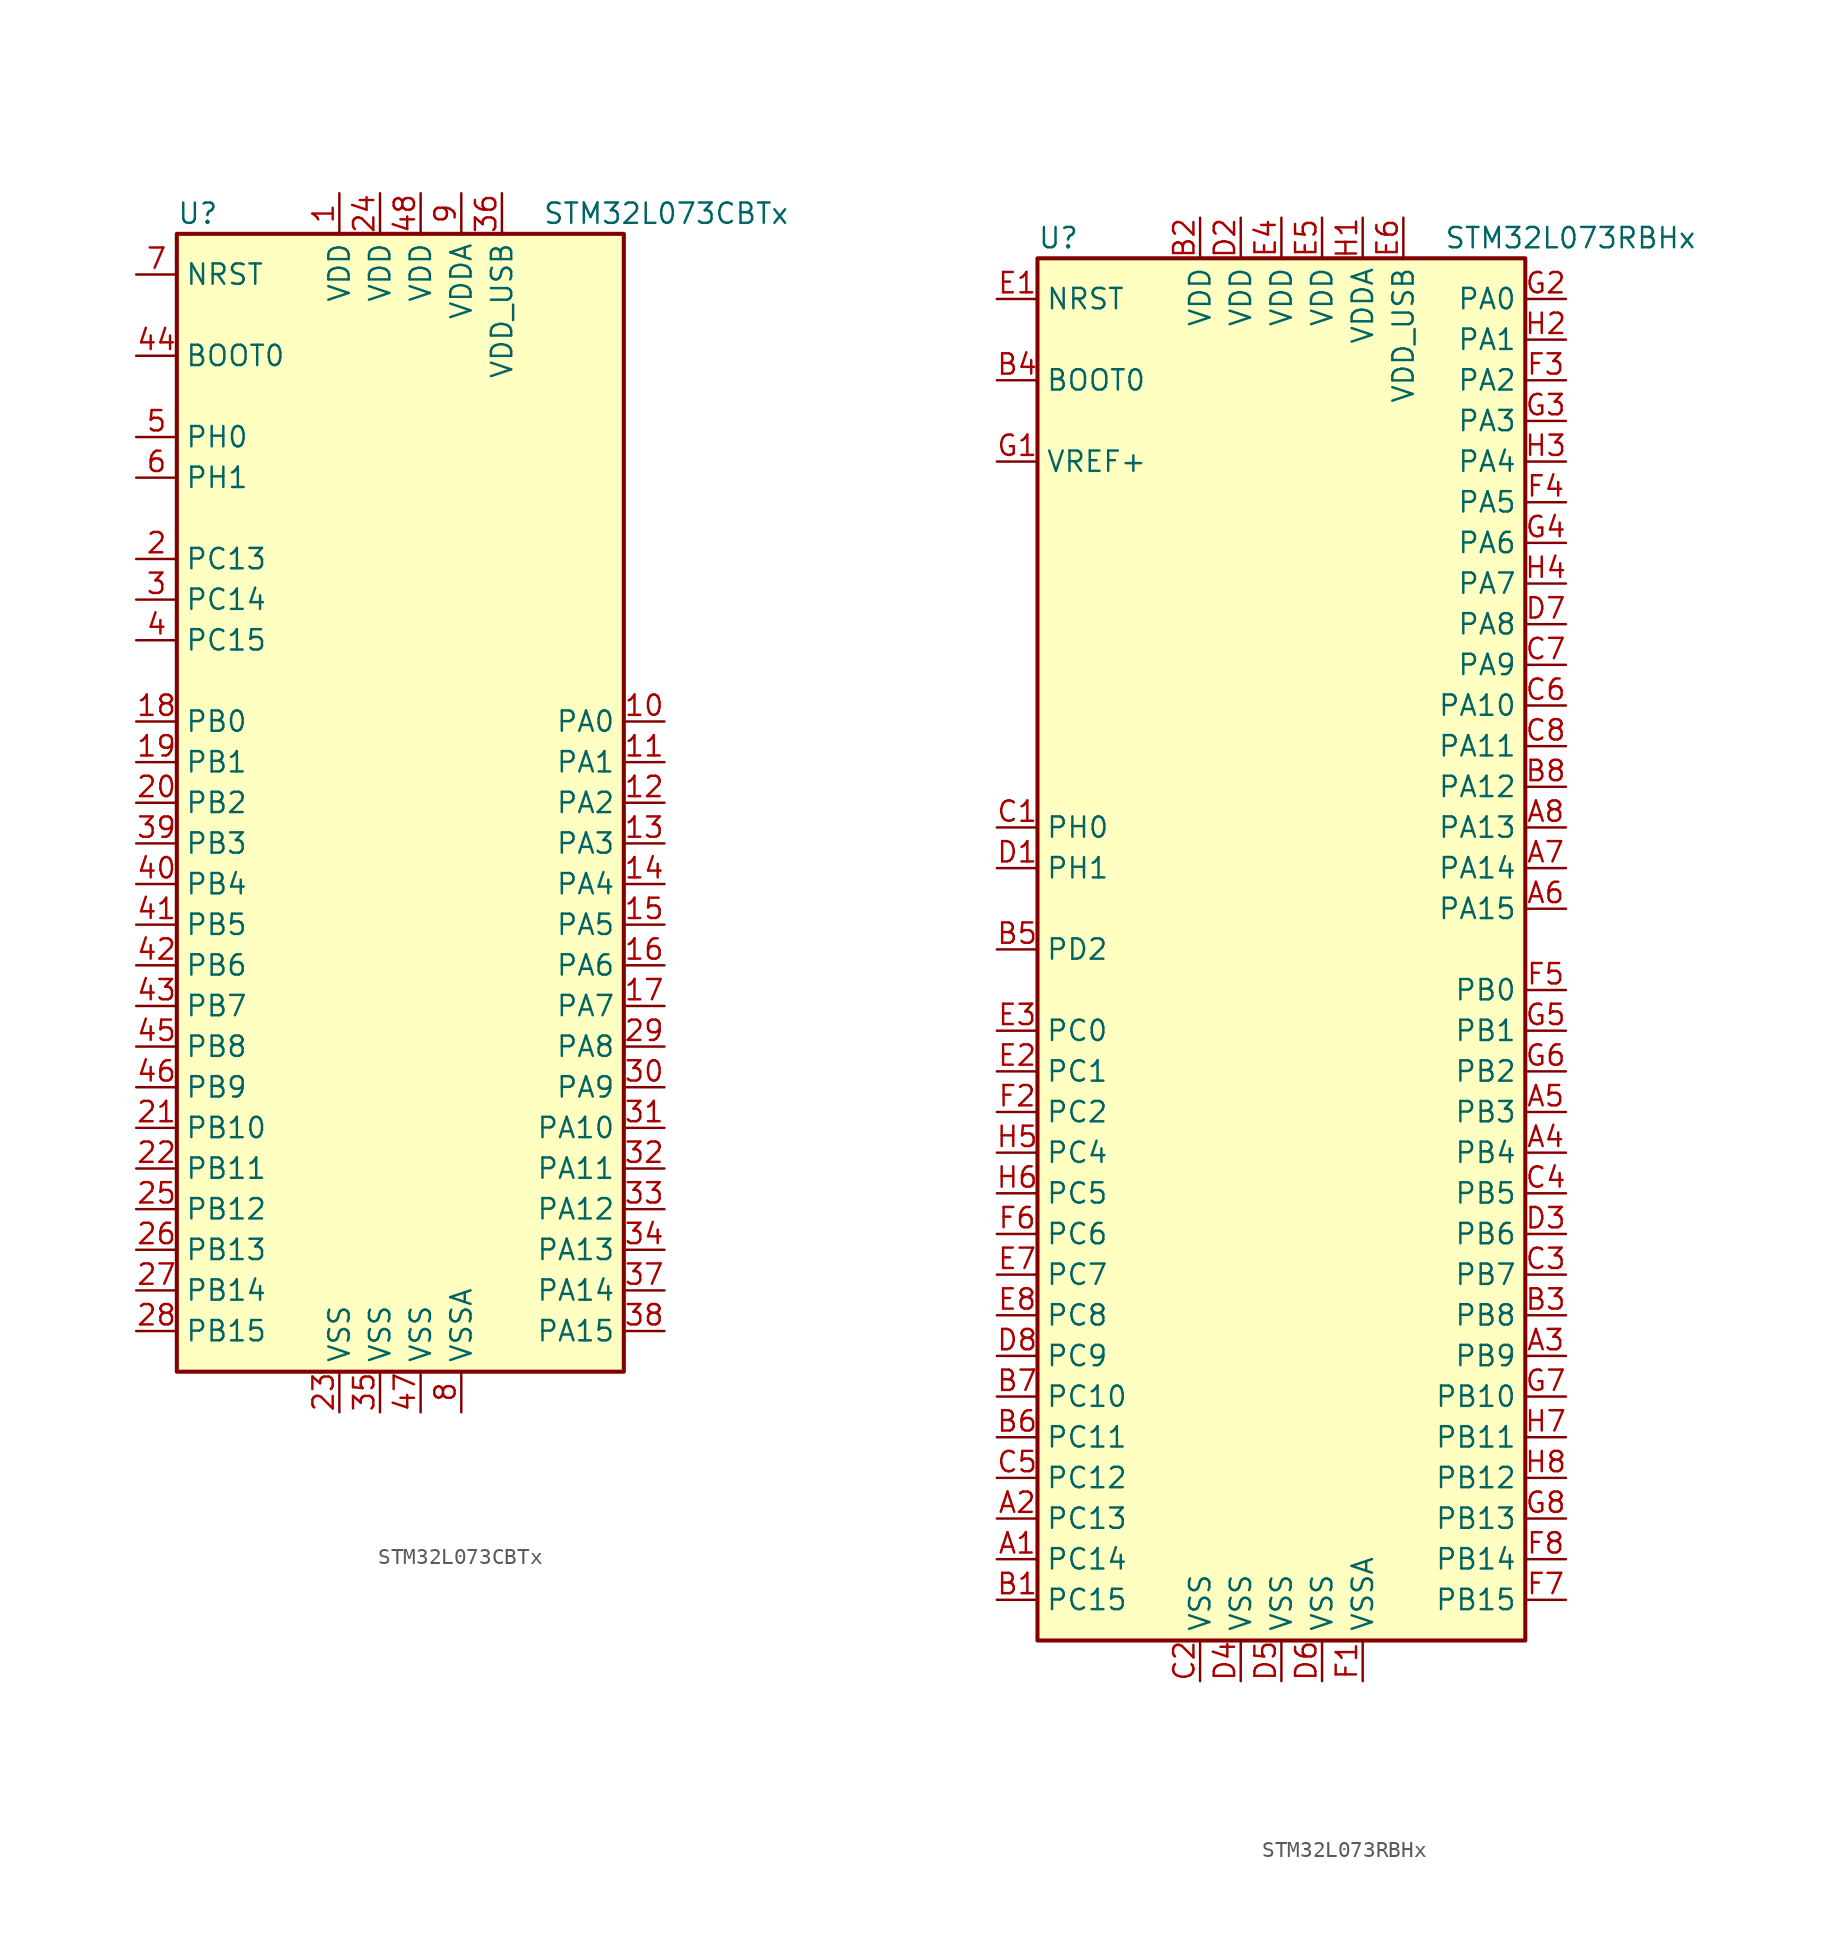
<source format=kicad_sym>
(kicad_symbol_lib
  (version 20201005)
  (generator kicad_symbol_editor)
  (symbol "STM32L073CBTx"
    (property "Reference" "U"
      (at -15.24 36.83 0)
      (effects (font (size 1.27 1.27)) (justify left)))
    (property "Value" "STM32L073CBTx"
      (at 7.62 36.83 0)
      (effects (font (size 1.27 1.27)) (justify left)))
    (symbol "STM32L073CBTx_0_1"
      (rectangle (start -15.24 -35.56) (end 12.7 35.56) (stroke (width 0.254)) (fill (type background))))
    (symbol "STM32L073CBTx_1_1"
      (pin power_in line (at -5.08 38.1 270) (length 2.54) (name "VDD" (effects (font (size 1.27 1.27)))) (number "1" (effects (font (size 1.27 1.27)))))
      (pin bidirectional line (at 15.24 5.08 180) (length 2.54) (name "PA0" (effects (font (size 1.27 1.27)))) (number "10" (effects (font (size 1.27 1.27)))))
      (pin bidirectional line (at 15.24 2.54 180) (length 2.54) (name "PA1" (effects (font (size 1.27 1.27)))) (number "11" (effects (font (size 1.27 1.27)))))
      (pin bidirectional line (at 15.24 0 180) (length 2.54) (name "PA2" (effects (font (size 1.27 1.27)))) (number "12" (effects (font (size 1.27 1.27)))))
      (pin bidirectional line (at 15.24 -2.54 180) (length 2.54) (name "PA3" (effects (font (size 1.27 1.27)))) (number "13" (effects (font (size 1.27 1.27)))))
      (pin bidirectional line (at 15.24 -5.08 180) (length 2.54) (name "PA4" (effects (font (size 1.27 1.27)))) (number "14" (effects (font (size 1.27 1.27)))))
      (pin bidirectional line (at 15.24 -7.62 180) (length 2.54) (name "PA5" (effects (font (size 1.27 1.27)))) (number "15" (effects (font (size 1.27 1.27)))))
      (pin bidirectional line (at 15.24 -10.16 180) (length 2.54) (name "PA6" (effects (font (size 1.27 1.27)))) (number "16" (effects (font (size 1.27 1.27)))))
      (pin bidirectional line (at 15.24 -12.7 180) (length 2.54) (name "PA7" (effects (font (size 1.27 1.27)))) (number "17" (effects (font (size 1.27 1.27)))))
      (pin bidirectional line (at -17.78 5.08 0) (length 2.54) (name "PB0" (effects (font (size 1.27 1.27)))) (number "18" (effects (font (size 1.27 1.27)))))
      (pin bidirectional line (at -17.78 2.54 0) (length 2.54) (name "PB1" (effects (font (size 1.27 1.27)))) (number "19" (effects (font (size 1.27 1.27)))))
      (pin bidirectional line (at -17.78 15.24 0) (length 2.54) (name "PC13" (effects (font (size 1.27 1.27)))) (number "2" (effects (font (size 1.27 1.27)))))
      (pin bidirectional line (at -17.78 0 0) (length 2.54) (name "PB2" (effects (font (size 1.27 1.27)))) (number "20" (effects (font (size 1.27 1.27)))))
      (pin bidirectional line (at -17.78 -20.32 0) (length 2.54) (name "PB10" (effects (font (size 1.27 1.27)))) (number "21" (effects (font (size 1.27 1.27)))))
      (pin bidirectional line (at -17.78 -22.86 0) (length 2.54) (name "PB11" (effects (font (size 1.27 1.27)))) (number "22" (effects (font (size 1.27 1.27)))))
      (pin power_in line (at -5.08 -38.1 90) (length 2.54) (name "VSS" (effects (font (size 1.27 1.27)))) (number "23" (effects (font (size 1.27 1.27)))))
      (pin power_in line (at -2.54 38.1 270) (length 2.54) (name "VDD" (effects (font (size 1.27 1.27)))) (number "24" (effects (font (size 1.27 1.27)))))
      (pin bidirectional line (at -17.78 -25.4 0) (length 2.54) (name "PB12" (effects (font (size 1.27 1.27)))) (number "25" (effects (font (size 1.27 1.27)))))
      (pin bidirectional line (at -17.78 -27.94 0) (length 2.54) (name "PB13" (effects (font (size 1.27 1.27)))) (number "26" (effects (font (size 1.27 1.27)))))
      (pin bidirectional line (at -17.78 -30.48 0) (length 2.54) (name "PB14" (effects (font (size 1.27 1.27)))) (number "27" (effects (font (size 1.27 1.27)))))
      (pin bidirectional line (at -17.78 -33.02 0) (length 2.54) (name "PB15" (effects (font (size 1.27 1.27)))) (number "28" (effects (font (size 1.27 1.27)))))
      (pin bidirectional line (at 15.24 -15.24 180) (length 2.54) (name "PA8" (effects (font (size 1.27 1.27)))) (number "29" (effects (font (size 1.27 1.27)))))
      (pin bidirectional line (at -17.78 12.7 0) (length 2.54) (name "PC14" (effects (font (size 1.27 1.27)))) (number "3" (effects (font (size 1.27 1.27)))))
      (pin bidirectional line (at 15.24 -17.78 180) (length 2.54) (name "PA9" (effects (font (size 1.27 1.27)))) (number "30" (effects (font (size 1.27 1.27)))))
      (pin bidirectional line (at 15.24 -20.32 180) (length 2.54) (name "PA10" (effects (font (size 1.27 1.27)))) (number "31" (effects (font (size 1.27 1.27)))))
      (pin bidirectional line (at 15.24 -22.86 180) (length 2.54) (name "PA11" (effects (font (size 1.27 1.27)))) (number "32" (effects (font (size 1.27 1.27)))))
      (pin bidirectional line (at 15.24 -25.4 180) (length 2.54) (name "PA12" (effects (font (size 1.27 1.27)))) (number "33" (effects (font (size 1.27 1.27)))))
      (pin bidirectional line (at 15.24 -27.94 180) (length 2.54) (name "PA13" (effects (font (size 1.27 1.27)))) (number "34" (effects (font (size 1.27 1.27)))))
      (pin power_in line (at -2.54 -38.1 90) (length 2.54) (name "VSS" (effects (font (size 1.27 1.27)))) (number "35" (effects (font (size 1.27 1.27)))))
      (pin power_in line (at 5.08 38.1 270) (length 2.54) (name "VDD_USB" (effects (font (size 1.27 1.27)))) (number "36" (effects (font (size 1.27 1.27)))))
      (pin bidirectional line (at 15.24 -30.48 180) (length 2.54) (name "PA14" (effects (font (size 1.27 1.27)))) (number "37" (effects (font (size 1.27 1.27)))))
      (pin bidirectional line (at 15.24 -33.02 180) (length 2.54) (name "PA15" (effects (font (size 1.27 1.27)))) (number "38" (effects (font (size 1.27 1.27)))))
      (pin bidirectional line (at -17.78 -2.54 0) (length 2.54) (name "PB3" (effects (font (size 1.27 1.27)))) (number "39" (effects (font (size 1.27 1.27)))))
      (pin bidirectional line (at -17.78 10.16 0) (length 2.54) (name "PC15" (effects (font (size 1.27 1.27)))) (number "4" (effects (font (size 1.27 1.27)))))
      (pin bidirectional line (at -17.78 -5.08 0) (length 2.54) (name "PB4" (effects (font (size 1.27 1.27)))) (number "40" (effects (font (size 1.27 1.27)))))
      (pin bidirectional line (at -17.78 -7.62 0) (length 2.54) (name "PB5" (effects (font (size 1.27 1.27)))) (number "41" (effects (font (size 1.27 1.27)))))
      (pin bidirectional line (at -17.78 -10.16 0) (length 2.54) (name "PB6" (effects (font (size 1.27 1.27)))) (number "42" (effects (font (size 1.27 1.27)))))
      (pin bidirectional line (at -17.78 -12.7 0) (length 2.54) (name "PB7" (effects (font (size 1.27 1.27)))) (number "43" (effects (font (size 1.27 1.27)))))
      (pin input line (at -17.78 27.94 0) (length 2.54) (name "BOOT0" (effects (font (size 1.27 1.27)))) (number "44" (effects (font (size 1.27 1.27)))))
      (pin bidirectional line (at -17.78 -15.24 0) (length 2.54) (name "PB8" (effects (font (size 1.27 1.27)))) (number "45" (effects (font (size 1.27 1.27)))))
      (pin bidirectional line (at -17.78 -17.78 0) (length 2.54) (name "PB9" (effects (font (size 1.27 1.27)))) (number "46" (effects (font (size 1.27 1.27)))))
      (pin power_in line (at 0 -38.1 90) (length 2.54) (name "VSS" (effects (font (size 1.27 1.27)))) (number "47" (effects (font (size 1.27 1.27)))))
      (pin power_in line (at 0 38.1 270) (length 2.54) (name "VDD" (effects (font (size 1.27 1.27)))) (number "48" (effects (font (size 1.27 1.27)))))
      (pin input line (at -17.78 22.86 0) (length 2.54) (name "PH0" (effects (font (size 1.27 1.27)))) (number "5" (effects (font (size 1.27 1.27)))))
      (pin input line (at -17.78 20.32 0) (length 2.54) (name "PH1" (effects (font (size 1.27 1.27)))) (number "6" (effects (font (size 1.27 1.27)))))
      (pin input line (at -17.78 33.02 0) (length 2.54) (name "NRST" (effects (font (size 1.27 1.27)))) (number "7" (effects (font (size 1.27 1.27)))))
      (pin power_in line (at 2.54 -38.1 90) (length 2.54) (name "VSSA" (effects (font (size 1.27 1.27)))) (number "8" (effects (font (size 1.27 1.27)))))
      (pin power_in line (at 2.54 38.1 270) (length 2.54) (name "VDDA" (effects (font (size 1.27 1.27)))) (number "9" (effects (font (size 1.27 1.27)))))))
  (symbol "STM32L073RBHx"
    (property "Reference" "U"
      (at -15.24 44.45 0)
      (effects (font (size 1.27 1.27)) (justify left)))
    (property "Value" "STM32L073RBHx"
      (at 10.16 44.45 0)
      (effects (font (size 1.27 1.27)) (justify left)))
    (symbol "STM32L073RBHx_0_1"
      (rectangle (start -15.24 -43.18) (end 15.24 43.18) (stroke (width 0.254)) (fill (type background))))
    (symbol "STM32L073RBHx_1_1"
      (pin bidirectional line (at -17.78 -38.1 0) (length 2.54) (name "PC14" (effects (font (size 1.27 1.27)))) (number "A1" (effects (font (size 1.27 1.27)))))
      (pin bidirectional line (at -17.78 -35.56 0) (length 2.54) (name "PC13" (effects (font (size 1.27 1.27)))) (number "A2" (effects (font (size 1.27 1.27)))))
      (pin bidirectional line (at 17.78 -25.4 180) (length 2.54) (name "PB9" (effects (font (size 1.27 1.27)))) (number "A3" (effects (font (size 1.27 1.27)))))
      (pin bidirectional line (at 17.78 -12.7 180) (length 2.54) (name "PB4" (effects (font (size 1.27 1.27)))) (number "A4" (effects (font (size 1.27 1.27)))))
      (pin bidirectional line (at 17.78 -10.16 180) (length 2.54) (name "PB3" (effects (font (size 1.27 1.27)))) (number "A5" (effects (font (size 1.27 1.27)))))
      (pin bidirectional line (at 17.78 2.54 180) (length 2.54) (name "PA15" (effects (font (size 1.27 1.27)))) (number "A6" (effects (font (size 1.27 1.27)))))
      (pin bidirectional line (at 17.78 5.08 180) (length 2.54) (name "PA14" (effects (font (size 1.27 1.27)))) (number "A7" (effects (font (size 1.27 1.27)))))
      (pin bidirectional line (at 17.78 7.62 180) (length 2.54) (name "PA13" (effects (font (size 1.27 1.27)))) (number "A8" (effects (font (size 1.27 1.27)))))
      (pin bidirectional line (at -17.78 -40.64 0) (length 2.54) (name "PC15" (effects (font (size 1.27 1.27)))) (number "B1" (effects (font (size 1.27 1.27)))))
      (pin power_in line (at -5.08 45.72 270) (length 2.54) (name "VDD" (effects (font (size 1.27 1.27)))) (number "B2" (effects (font (size 1.27 1.27)))))
      (pin bidirectional line (at 17.78 -22.86 180) (length 2.54) (name "PB8" (effects (font (size 1.27 1.27)))) (number "B3" (effects (font (size 1.27 1.27)))))
      (pin input line (at -17.78 35.56 0) (length 2.54) (name "BOOT0" (effects (font (size 1.27 1.27)))) (number "B4" (effects (font (size 1.27 1.27)))))
      (pin bidirectional line (at -17.78 0 0) (length 2.54) (name "PD2" (effects (font (size 1.27 1.27)))) (number "B5" (effects (font (size 1.27 1.27)))))
      (pin bidirectional line (at -17.78 -30.48 0) (length 2.54) (name "PC11" (effects (font (size 1.27 1.27)))) (number "B6" (effects (font (size 1.27 1.27)))))
      (pin bidirectional line (at -17.78 -27.94 0) (length 2.54) (name "PC10" (effects (font (size 1.27 1.27)))) (number "B7" (effects (font (size 1.27 1.27)))))
      (pin bidirectional line (at 17.78 10.16 180) (length 2.54) (name "PA12" (effects (font (size 1.27 1.27)))) (number "B8" (effects (font (size 1.27 1.27)))))
      (pin input line (at -17.78 7.62 0) (length 2.54) (name "PH0" (effects (font (size 1.27 1.27)))) (number "C1" (effects (font (size 1.27 1.27)))))
      (pin power_in line (at -5.08 -45.72 90) (length 2.54) (name "VSS" (effects (font (size 1.27 1.27)))) (number "C2" (effects (font (size 1.27 1.27)))))
      (pin bidirectional line (at 17.78 -20.32 180) (length 2.54) (name "PB7" (effects (font (size 1.27 1.27)))) (number "C3" (effects (font (size 1.27 1.27)))))
      (pin bidirectional line (at 17.78 -15.24 180) (length 2.54) (name "PB5" (effects (font (size 1.27 1.27)))) (number "C4" (effects (font (size 1.27 1.27)))))
      (pin bidirectional line (at -17.78 -33.02 0) (length 2.54) (name "PC12" (effects (font (size 1.27 1.27)))) (number "C5" (effects (font (size 1.27 1.27)))))
      (pin bidirectional line (at 17.78 15.24 180) (length 2.54) (name "PA10" (effects (font (size 1.27 1.27)))) (number "C6" (effects (font (size 1.27 1.27)))))
      (pin bidirectional line (at 17.78 17.78 180) (length 2.54) (name "PA9" (effects (font (size 1.27 1.27)))) (number "C7" (effects (font (size 1.27 1.27)))))
      (pin bidirectional line (at 17.78 12.7 180) (length 2.54) (name "PA11" (effects (font (size 1.27 1.27)))) (number "C8" (effects (font (size 1.27 1.27)))))
      (pin input line (at -17.78 5.08 0) (length 2.54) (name "PH1" (effects (font (size 1.27 1.27)))) (number "D1" (effects (font (size 1.27 1.27)))))
      (pin power_in line (at -2.54 45.72 270) (length 2.54) (name "VDD" (effects (font (size 1.27 1.27)))) (number "D2" (effects (font (size 1.27 1.27)))))
      (pin bidirectional line (at 17.78 -17.78 180) (length 2.54) (name "PB6" (effects (font (size 1.27 1.27)))) (number "D3" (effects (font (size 1.27 1.27)))))
      (pin power_in line (at -2.54 -45.72 90) (length 2.54) (name "VSS" (effects (font (size 1.27 1.27)))) (number "D4" (effects (font (size 1.27 1.27)))))
      (pin power_in line (at 0 -45.72 90) (length 2.54) (name "VSS" (effects (font (size 1.27 1.27)))) (number "D5" (effects (font (size 1.27 1.27)))))
      (pin power_in line (at 2.54 -45.72 90) (length 2.54) (name "VSS" (effects (font (size 1.27 1.27)))) (number "D6" (effects (font (size 1.27 1.27)))))
      (pin bidirectional line (at 17.78 20.32 180) (length 2.54) (name "PA8" (effects (font (size 1.27 1.27)))) (number "D7" (effects (font (size 1.27 1.27)))))
      (pin bidirectional line (at -17.78 -25.4 0) (length 2.54) (name "PC9" (effects (font (size 1.27 1.27)))) (number "D8" (effects (font (size 1.27 1.27)))))
      (pin input line (at -17.78 40.64 0) (length 2.54) (name "NRST" (effects (font (size 1.27 1.27)))) (number "E1" (effects (font (size 1.27 1.27)))))
      (pin bidirectional line (at -17.78 -7.62 0) (length 2.54) (name "PC1" (effects (font (size 1.27 1.27)))) (number "E2" (effects (font (size 1.27 1.27)))))
      (pin bidirectional line (at -17.78 -5.08 0) (length 2.54) (name "PC0" (effects (font (size 1.27 1.27)))) (number "E3" (effects (font (size 1.27 1.27)))))
      (pin power_in line (at 0 45.72 270) (length 2.54) (name "VDD" (effects (font (size 1.27 1.27)))) (number "E4" (effects (font (size 1.27 1.27)))))
      (pin power_in line (at 2.54 45.72 270) (length 2.54) (name "VDD" (effects (font (size 1.27 1.27)))) (number "E5" (effects (font (size 1.27 1.27)))))
      (pin power_in line (at 7.62 45.72 270) (length 2.54) (name "VDD_USB" (effects (font (size 1.27 1.27)))) (number "E6" (effects (font (size 1.27 1.27)))))
      (pin bidirectional line (at -17.78 -20.32 0) (length 2.54) (name "PC7" (effects (font (size 1.27 1.27)))) (number "E7" (effects (font (size 1.27 1.27)))))
      (pin bidirectional line (at -17.78 -22.86 0) (length 2.54) (name "PC8" (effects (font (size 1.27 1.27)))) (number "E8" (effects (font (size 1.27 1.27)))))
      (pin power_in line (at 5.08 -45.72 90) (length 2.54) (name "VSSA" (effects (font (size 1.27 1.27)))) (number "F1" (effects (font (size 1.27 1.27)))))
      (pin bidirectional line (at -17.78 -10.16 0) (length 2.54) (name "PC2" (effects (font (size 1.27 1.27)))) (number "F2" (effects (font (size 1.27 1.27)))))
      (pin bidirectional line (at 17.78 35.56 180) (length 2.54) (name "PA2" (effects (font (size 1.27 1.27)))) (number "F3" (effects (font (size 1.27 1.27)))))
      (pin bidirectional line (at 17.78 27.94 180) (length 2.54) (name "PA5" (effects (font (size 1.27 1.27)))) (number "F4" (effects (font (size 1.27 1.27)))))
      (pin bidirectional line (at 17.78 -2.54 180) (length 2.54) (name "PB0" (effects (font (size 1.27 1.27)))) (number "F5" (effects (font (size 1.27 1.27)))))
      (pin bidirectional line (at -17.78 -17.78 0) (length 2.54) (name "PC6" (effects (font (size 1.27 1.27)))) (number "F6" (effects (font (size 1.27 1.27)))))
      (pin bidirectional line (at 17.78 -40.64 180) (length 2.54) (name "PB15" (effects (font (size 1.27 1.27)))) (number "F7" (effects (font (size 1.27 1.27)))))
      (pin bidirectional line (at 17.78 -38.1 180) (length 2.54) (name "PB14" (effects (font (size 1.27 1.27)))) (number "F8" (effects (font (size 1.27 1.27)))))
      (pin power_in line (at -17.78 30.48 0) (length 2.54) (name "VREF+" (effects (font (size 1.27 1.27)))) (number "G1" (effects (font (size 1.27 1.27)))))
      (pin bidirectional line (at 17.78 40.64 180) (length 2.54) (name "PA0" (effects (font (size 1.27 1.27)))) (number "G2" (effects (font (size 1.27 1.27)))))
      (pin bidirectional line (at 17.78 33.02 180) (length 2.54) (name "PA3" (effects (font (size 1.27 1.27)))) (number "G3" (effects (font (size 1.27 1.27)))))
      (pin bidirectional line (at 17.78 25.4 180) (length 2.54) (name "PA6" (effects (font (size 1.27 1.27)))) (number "G4" (effects (font (size 1.27 1.27)))))
      (pin bidirectional line (at 17.78 -5.08 180) (length 2.54) (name "PB1" (effects (font (size 1.27 1.27)))) (number "G5" (effects (font (size 1.27 1.27)))))
      (pin bidirectional line (at 17.78 -7.62 180) (length 2.54) (name "PB2" (effects (font (size 1.27 1.27)))) (number "G6" (effects (font (size 1.27 1.27)))))
      (pin bidirectional line (at 17.78 -27.94 180) (length 2.54) (name "PB10" (effects (font (size 1.27 1.27)))) (number "G7" (effects (font (size 1.27 1.27)))))
      (pin bidirectional line (at 17.78 -35.56 180) (length 2.54) (name "PB13" (effects (font (size 1.27 1.27)))) (number "G8" (effects (font (size 1.27 1.27)))))
      (pin power_in line (at 5.08 45.72 270) (length 2.54) (name "VDDA" (effects (font (size 1.27 1.27)))) (number "H1" (effects (font (size 1.27 1.27)))))
      (pin bidirectional line (at 17.78 38.1 180) (length 2.54) (name "PA1" (effects (font (size 1.27 1.27)))) (number "H2" (effects (font (size 1.27 1.27)))))
      (pin bidirectional line (at 17.78 30.48 180) (length 2.54) (name "PA4" (effects (font (size 1.27 1.27)))) (number "H3" (effects (font (size 1.27 1.27)))))
      (pin bidirectional line (at 17.78 22.86 180) (length 2.54) (name "PA7" (effects (font (size 1.27 1.27)))) (number "H4" (effects (font (size 1.27 1.27)))))
      (pin bidirectional line (at -17.78 -12.7 0) (length 2.54) (name "PC4" (effects (font (size 1.27 1.27)))) (number "H5" (effects (font (size 1.27 1.27)))))
      (pin bidirectional line (at -17.78 -15.24 0) (length 2.54) (name "PC5" (effects (font (size 1.27 1.27)))) (number "H6" (effects (font (size 1.27 1.27)))))
      (pin bidirectional line (at 17.78 -30.48 180) (length 2.54) (name "PB11" (effects (font (size 1.27 1.27)))) (number "H7" (effects (font (size 1.27 1.27)))))
      (pin bidirectional line (at 17.78 -33.02 180) (length 2.54) (name "PB12" (effects (font (size 1.27 1.27)))) (number "H8" (effects (font (size 1.27 1.27))))))))
</source>
